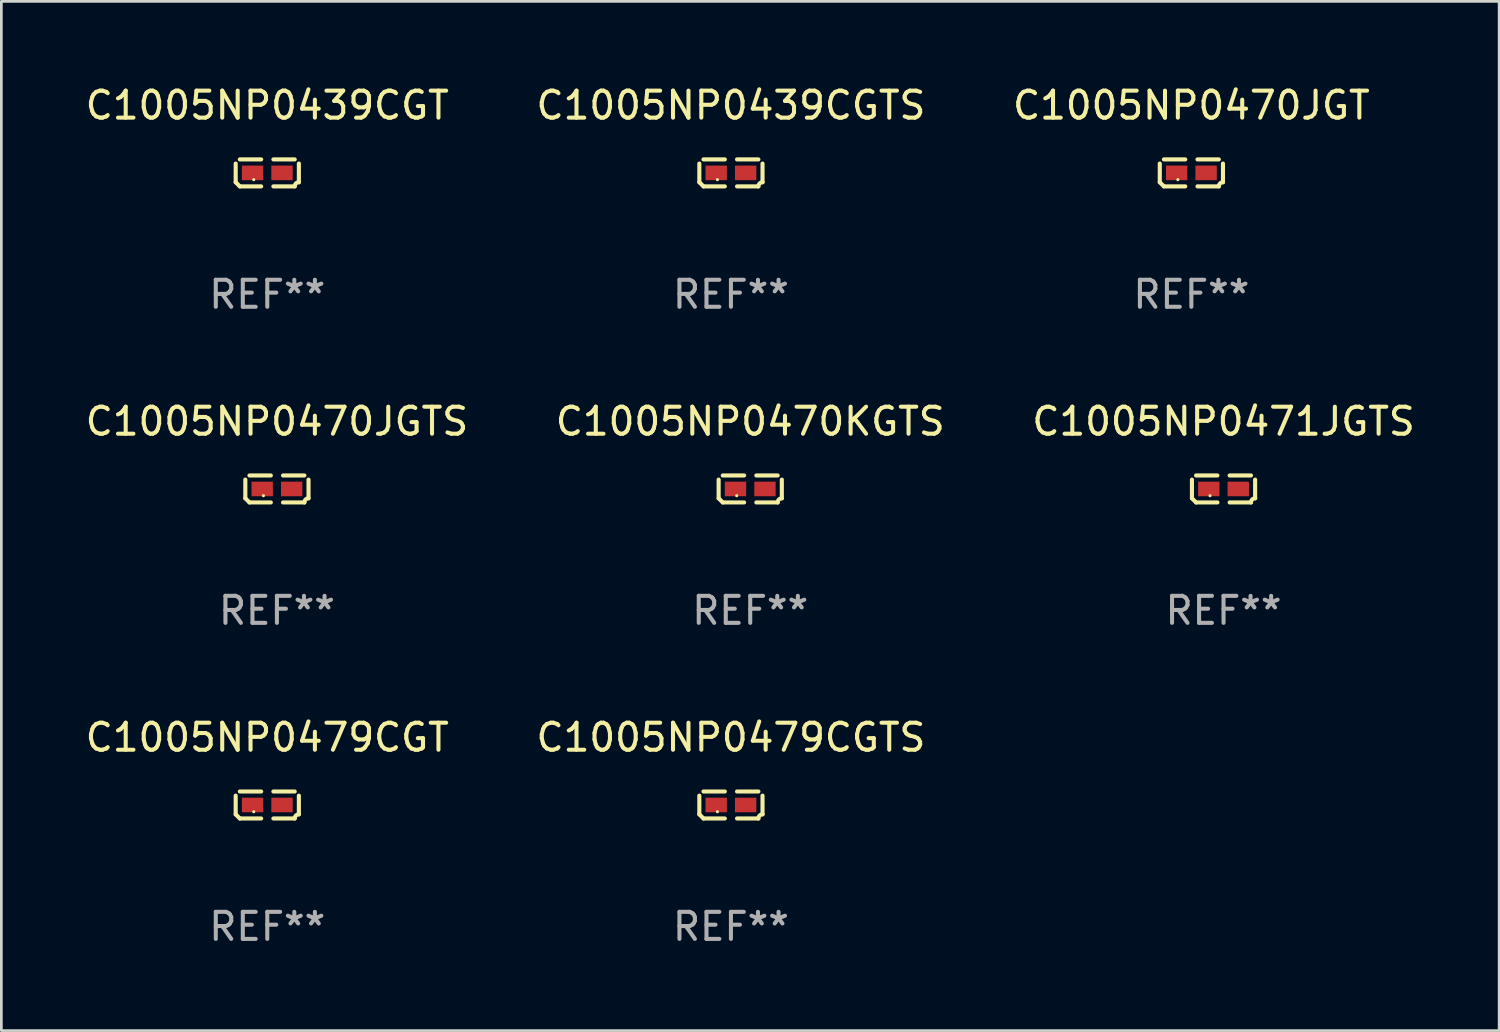
<source format=kicad_pcb>
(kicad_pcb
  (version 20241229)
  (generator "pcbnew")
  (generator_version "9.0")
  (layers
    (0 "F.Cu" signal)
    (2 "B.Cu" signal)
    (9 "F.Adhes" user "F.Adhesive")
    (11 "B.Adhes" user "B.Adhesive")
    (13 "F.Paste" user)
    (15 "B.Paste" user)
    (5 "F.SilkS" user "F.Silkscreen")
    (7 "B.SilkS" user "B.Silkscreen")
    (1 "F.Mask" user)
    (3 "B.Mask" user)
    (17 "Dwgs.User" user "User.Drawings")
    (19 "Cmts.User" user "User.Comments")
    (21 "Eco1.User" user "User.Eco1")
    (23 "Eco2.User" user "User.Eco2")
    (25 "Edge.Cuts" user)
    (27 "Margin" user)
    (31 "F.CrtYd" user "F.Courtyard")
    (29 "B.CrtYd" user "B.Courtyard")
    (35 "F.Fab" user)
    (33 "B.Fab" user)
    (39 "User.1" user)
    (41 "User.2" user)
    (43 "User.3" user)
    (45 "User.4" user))
  (footprint "C1005NP0479CGT"
    (layer "F.Cu")
    (at 6.839 26.734)
    (property "Reference" "C1005NP0479CGT" (at 0 -2.499 0) (layer "F.SilkS") (effects (font (size 1 1) (thickness 0.15))))
    (attr through_hole)
    (fp_line (start -1.169 0.346) (end -1.169 -0.346) (stroke (width 0.152) (type solid)) (layer "F.SilkS"))
    (fp_line (start -1.016 -0.499) (end -0.226 -0.499) (stroke (width 0.152) (type solid)) (layer "F.SilkS"))
    (fp_line (start -0.226 0.499) (end -1.016 0.499) (stroke (width 0.152) (type solid)) (layer "F.SilkS"))
    (fp_line (start 0.226 0.499) (end 1.016 0.499) (stroke (width 0.152) (type solid)) (layer "F.SilkS"))
    (fp_line (start 1.016 -0.499) (end 0.226 -0.499) (stroke (width 0.152) (type solid)) (layer "F.SilkS"))
    (fp_line (start 1.169 0.346) (end 1.169 -0.346) (stroke (width 0.152) (type solid)) (layer "F.SilkS"))
    (fp_arc (start -1.016307 0.498603) (mid -1.092512 0.422405) (end -1.16871 0.3462) (stroke (width 0.1524) (type solid)) (layer "F.SilkS"))
    (fp_arc (start 1.016307 0.498603) (mid 1.060899 0.390758) (end 1.168707 0.346076) (stroke (width 0.1524) (type solid)) (layer "F.SilkS"))
    (fp_circle (center -0.5 0.25) (end -0.47 0.25) (stroke (width 0.06) (type solid)) (fill no) (layer "F.SilkS"))
    (fp_text user "REF**" (at 0 4.499 0) (layer "F.Fab") (effects (font (size 1 1) (thickness 0.15))))
    (pad "1" smd rect (at -0.545 0) (size 0.79 0.54) (layers "F.Cu" "F.Mask" "F.Paste"))
    (pad "2" smd rect (at 0.545 0) (size 0.79 0.54) (layers "F.Cu" "F.Mask" "F.Paste")))
  (footprint "C1005NP0470JGTS"
    (layer "F.Cu")
    (at 7.196 15.041)
    (property "Reference" "C1005NP0470JGTS" (at 0 -2.499 0) (layer "F.SilkS") (effects (font (size 1 1) (thickness 0.15))))
    (attr through_hole)
    (fp_line (start -1.169 0.346) (end -1.169 -0.346) (stroke (width 0.152) (type solid)) (layer "F.SilkS"))
    (fp_line (start -1.016 -0.499) (end -0.226 -0.499) (stroke (width 0.152) (type solid)) (layer "F.SilkS"))
    (fp_line (start -0.226 0.499) (end -1.016 0.499) (stroke (width 0.152) (type solid)) (layer "F.SilkS"))
    (fp_line (start 0.226 0.499) (end 1.016 0.499) (stroke (width 0.152) (type solid)) (layer "F.SilkS"))
    (fp_line (start 1.016 -0.499) (end 0.226 -0.499) (stroke (width 0.152) (type solid)) (layer "F.SilkS"))
    (fp_line (start 1.169 0.346) (end 1.169 -0.346) (stroke (width 0.152) (type solid)) (layer "F.SilkS"))
    (fp_arc (start -1.016307 0.498603) (mid -1.092512 0.422405) (end -1.16871 0.3462) (stroke (width 0.1524) (type solid)) (layer "F.SilkS"))
    (fp_arc (start 1.016307 0.498603) (mid 1.060899 0.390758) (end 1.168707 0.346076) (stroke (width 0.1524) (type solid)) (layer "F.SilkS"))
    (fp_circle (center -0.5 0.25) (end -0.47 0.25) (stroke (width 0.06) (type solid)) (fill no) (layer "F.SilkS"))
    (fp_text user "REF**" (at 0 4.499 0) (layer "F.Fab") (effects (font (size 1 1) (thickness 0.15))))
    (pad "1" smd rect (at -0.545 0) (size 0.79 0.54) (layers "F.Cu" "F.Mask" "F.Paste"))
    (pad "2" smd rect (at 0.545 0) (size 0.79 0.54) (layers "F.Cu" "F.Mask" "F.Paste")))
  (footprint "C1005NP0470KGTS"
    (layer "F.Cu")
    (at 24.708 15.041)
    (property "Reference" "C1005NP0470KGTS" (at 0 -2.499 0) (layer "F.SilkS") (effects (font (size 1 1) (thickness 0.15))))
    (attr through_hole)
    (fp_line (start -1.169 0.346) (end -1.169 -0.346) (stroke (width 0.152) (type solid)) (layer "F.SilkS"))
    (fp_line (start -1.016 -0.499) (end -0.226 -0.499) (stroke (width 0.152) (type solid)) (layer "F.SilkS"))
    (fp_line (start -0.226 0.499) (end -1.016 0.499) (stroke (width 0.152) (type solid)) (layer "F.SilkS"))
    (fp_line (start 0.226 0.499) (end 1.016 0.499) (stroke (width 0.152) (type solid)) (layer "F.SilkS"))
    (fp_line (start 1.016 -0.499) (end 0.226 -0.499) (stroke (width 0.152) (type solid)) (layer "F.SilkS"))
    (fp_line (start 1.169 0.346) (end 1.169 -0.346) (stroke (width 0.152) (type solid)) (layer "F.SilkS"))
    (fp_arc (start -1.016307 0.498603) (mid -1.092512 0.422405) (end -1.16871 0.3462) (stroke (width 0.1524) (type solid)) (layer "F.SilkS"))
    (fp_arc (start 1.016307 0.498603) (mid 1.060899 0.390758) (end 1.168707 0.346076) (stroke (width 0.1524) (type solid)) (layer "F.SilkS"))
    (fp_circle (center -0.5 0.25) (end -0.47 0.25) (stroke (width 0.06) (type solid)) (fill no) (layer "F.SilkS"))
    (fp_text user "REF**" (at 0 4.499 0) (layer "F.Fab") (effects (font (size 1 1) (thickness 0.15))))
    (pad "1" smd rect (at -0.545 0) (size 0.79 0.54) (layers "F.Cu" "F.Mask" "F.Paste"))
    (pad "2" smd rect (at 0.545 0) (size 0.79 0.54) (layers "F.Cu" "F.Mask" "F.Paste")))
  (footprint "C1005NP0470JGT"
    (layer "F.Cu")
    (at 41.03 3.347)
    (property "Reference" "C1005NP0470JGT" (at 0 -2.499 0) (layer "F.SilkS") (effects (font (size 1 1) (thickness 0.15))))
    (attr through_hole)
    (fp_line (start -1.169 0.346) (end -1.169 -0.346) (stroke (width 0.152) (type solid)) (layer "F.SilkS"))
    (fp_line (start -1.016 -0.499) (end -0.226 -0.499) (stroke (width 0.152) (type solid)) (layer "F.SilkS"))
    (fp_line (start -0.226 0.499) (end -1.016 0.499) (stroke (width 0.152) (type solid)) (layer "F.SilkS"))
    (fp_line (start 0.226 0.499) (end 1.016 0.499) (stroke (width 0.152) (type solid)) (layer "F.SilkS"))
    (fp_line (start 1.016 -0.499) (end 0.226 -0.499) (stroke (width 0.152) (type solid)) (layer "F.SilkS"))
    (fp_line (start 1.169 0.346) (end 1.169 -0.346) (stroke (width 0.152) (type solid)) (layer "F.SilkS"))
    (fp_arc (start -1.016307 0.498603) (mid -1.092512 0.422405) (end -1.16871 0.3462) (stroke (width 0.1524) (type solid)) (layer "F.SilkS"))
    (fp_arc (start 1.016307 0.498603) (mid 1.060899 0.390758) (end 1.168707 0.346076) (stroke (width 0.1524) (type solid)) (layer "F.SilkS"))
    (fp_circle (center -0.5 0.25) (end -0.47 0.25) (stroke (width 0.06) (type solid)) (fill no) (layer "F.SilkS"))
    (fp_text user "REF**" (at 0 4.499 0) (layer "F.Fab") (effects (font (size 1 1) (thickness 0.15))))
    (pad "1" smd rect (at -0.545 0) (size 0.79 0.54) (layers "F.Cu" "F.Mask" "F.Paste"))
    (pad "2" smd rect (at 0.545 0) (size 0.79 0.54) (layers "F.Cu" "F.Mask" "F.Paste")))
  (footprint "C1005NP0471JGTS"
    (layer "F.Cu")
    (at 42.22 15.041)
    (property "Reference" "C1005NP0471JGTS" (at 0 -2.499 0) (layer "F.SilkS") (effects (font (size 1 1) (thickness 0.15))))
    (attr through_hole)
    (fp_line (start -1.169 0.346) (end -1.169 -0.346) (stroke (width 0.152) (type solid)) (layer "F.SilkS"))
    (fp_line (start -1.016 -0.499) (end -0.226 -0.499) (stroke (width 0.152) (type solid)) (layer "F.SilkS"))
    (fp_line (start -0.226 0.499) (end -1.016 0.499) (stroke (width 0.152) (type solid)) (layer "F.SilkS"))
    (fp_line (start 0.226 0.499) (end 1.016 0.499) (stroke (width 0.152) (type solid)) (layer "F.SilkS"))
    (fp_line (start 1.016 -0.499) (end 0.226 -0.499) (stroke (width 0.152) (type solid)) (layer "F.SilkS"))
    (fp_line (start 1.169 0.346) (end 1.169 -0.346) (stroke (width 0.152) (type solid)) (layer "F.SilkS"))
    (fp_arc (start -1.016307 0.498603) (mid -1.092512 0.422405) (end -1.16871 0.3462) (stroke (width 0.1524) (type solid)) (layer "F.SilkS"))
    (fp_arc (start 1.016307 0.498603) (mid 1.060899 0.390758) (end 1.168707 0.346076) (stroke (width 0.1524) (type solid)) (layer "F.SilkS"))
    (fp_circle (center -0.5 0.25) (end -0.47 0.25) (stroke (width 0.06) (type solid)) (fill no) (layer "F.SilkS"))
    (fp_text user "REF**" (at 0 4.499 0) (layer "F.Fab") (effects (font (size 1 1) (thickness 0.15))))
    (pad "1" smd rect (at -0.545 0) (size 0.79 0.54) (layers "F.Cu" "F.Mask" "F.Paste"))
    (pad "2" smd rect (at 0.545 0) (size 0.79 0.54) (layers "F.Cu" "F.Mask" "F.Paste")))
  (footprint "C1005NP0439CGT"
    (layer "F.Cu")
    (at 6.839 3.347)
    (property "Reference" "C1005NP0439CGT" (at 0 -2.499 0) (layer "F.SilkS") (effects (font (size 1 1) (thickness 0.15))))
    (attr through_hole)
    (fp_line (start -1.169 0.346) (end -1.169 -0.346) (stroke (width 0.152) (type solid)) (layer "F.SilkS"))
    (fp_line (start -1.016 -0.499) (end -0.226 -0.499) (stroke (width 0.152) (type solid)) (layer "F.SilkS"))
    (fp_line (start -0.226 0.499) (end -1.016 0.499) (stroke (width 0.152) (type solid)) (layer "F.SilkS"))
    (fp_line (start 0.226 0.499) (end 1.016 0.499) (stroke (width 0.152) (type solid)) (layer "F.SilkS"))
    (fp_line (start 1.016 -0.499) (end 0.226 -0.499) (stroke (width 0.152) (type solid)) (layer "F.SilkS"))
    (fp_line (start 1.169 0.346) (end 1.169 -0.346) (stroke (width 0.152) (type solid)) (layer "F.SilkS"))
    (fp_arc (start -1.016307 0.498603) (mid -1.092512 0.422405) (end -1.16871 0.3462) (stroke (width 0.1524) (type solid)) (layer "F.SilkS"))
    (fp_arc (start 1.016307 0.498603) (mid 1.060899 0.390758) (end 1.168707 0.346076) (stroke (width 0.1524) (type solid)) (layer "F.SilkS"))
    (fp_circle (center -0.5 0.25) (end -0.47 0.25) (stroke (width 0.06) (type solid)) (fill no) (layer "F.SilkS"))
    (fp_text user "REF**" (at 0 4.499 0) (layer "F.Fab") (effects (font (size 1 1) (thickness 0.15))))
    (pad "1" smd rect (at -0.545 0) (size 0.79 0.54) (layers "F.Cu" "F.Mask" "F.Paste"))
    (pad "2" smd rect (at 0.545 0) (size 0.79 0.54) (layers "F.Cu" "F.Mask" "F.Paste")))
  (footprint "C1005NP0479CGTS"
    (layer "F.Cu")
    (at 23.994 26.734)
    (property "Reference" "C1005NP0479CGTS" (at 0 -2.499 0) (layer "F.SilkS") (effects (font (size 1 1) (thickness 0.15))))
    (attr through_hole)
    (fp_line (start -1.169 0.346) (end -1.169 -0.346) (stroke (width 0.152) (type solid)) (layer "F.SilkS"))
    (fp_line (start -1.016 -0.499) (end -0.226 -0.499) (stroke (width 0.152) (type solid)) (layer "F.SilkS"))
    (fp_line (start -0.226 0.499) (end -1.016 0.499) (stroke (width 0.152) (type solid)) (layer "F.SilkS"))
    (fp_line (start 0.226 0.499) (end 1.016 0.499) (stroke (width 0.152) (type solid)) (layer "F.SilkS"))
    (fp_line (start 1.016 -0.499) (end 0.226 -0.499) (stroke (width 0.152) (type solid)) (layer "F.SilkS"))
    (fp_line (start 1.169 0.346) (end 1.169 -0.346) (stroke (width 0.152) (type solid)) (layer "F.SilkS"))
    (fp_arc (start -1.016307 0.498603) (mid -1.092512 0.422405) (end -1.16871 0.3462) (stroke (width 0.1524) (type solid)) (layer "F.SilkS"))
    (fp_arc (start 1.016307 0.498603) (mid 1.060899 0.390758) (end 1.168707 0.346076) (stroke (width 0.1524) (type solid)) (layer "F.SilkS"))
    (fp_circle (center -0.5 0.25) (end -0.47 0.25) (stroke (width 0.06) (type solid)) (fill no) (layer "F.SilkS"))
    (fp_text user "REF**" (at 0 4.499 0) (layer "F.Fab") (effects (font (size 1 1) (thickness 0.15))))
    (pad "1" smd rect (at -0.545 0) (size 0.79 0.54) (layers "F.Cu" "F.Mask" "F.Paste"))
    (pad "2" smd rect (at 0.545 0) (size 0.79 0.54) (layers "F.Cu" "F.Mask" "F.Paste")))
  (footprint "C1005NP0439CGTS"
    (layer "F.Cu")
    (at 23.994 3.347)
    (property "Reference" "C1005NP0439CGTS" (at 0 -2.499 0) (layer "F.SilkS") (effects (font (size 1 1) (thickness 0.15))))
    (attr through_hole)
    (fp_line (start -1.169 0.346) (end -1.169 -0.346) (stroke (width 0.152) (type solid)) (layer "F.SilkS"))
    (fp_line (start -1.016 -0.499) (end -0.226 -0.499) (stroke (width 0.152) (type solid)) (layer "F.SilkS"))
    (fp_line (start -0.226 0.499) (end -1.016 0.499) (stroke (width 0.152) (type solid)) (layer "F.SilkS"))
    (fp_line (start 0.226 0.499) (end 1.016 0.499) (stroke (width 0.152) (type solid)) (layer "F.SilkS"))
    (fp_line (start 1.016 -0.499) (end 0.226 -0.499) (stroke (width 0.152) (type solid)) (layer "F.SilkS"))
    (fp_line (start 1.169 0.346) (end 1.169 -0.346) (stroke (width 0.152) (type solid)) (layer "F.SilkS"))
    (fp_arc (start -1.016307 0.498603) (mid -1.092512 0.422405) (end -1.16871 0.3462) (stroke (width 0.1524) (type solid)) (layer "F.SilkS"))
    (fp_arc (start 1.016307 0.498603) (mid 1.060899 0.390758) (end 1.168707 0.346076) (stroke (width 0.1524) (type solid)) (layer "F.SilkS"))
    (fp_circle (center -0.5 0.25) (end -0.47 0.25) (stroke (width 0.06) (type solid)) (fill no) (layer "F.SilkS"))
    (fp_text user "REF**" (at 0 4.499 0) (layer "F.Fab") (effects (font (size 1 1) (thickness 0.15))))
    (pad "1" smd rect (at -0.545 0) (size 0.79 0.54) (layers "F.Cu" "F.Mask" "F.Paste"))
    (pad "2" smd rect (at 0.545 0) (size 0.79 0.54) (layers "F.Cu" "F.Mask" "F.Paste")))
  (gr_rect
    (start -3 -3)
    (end 52.417 35.081)
    (stroke (width 0.1) (type default))
    (fill no)
    (layer "Edge.Cuts")))
</source>
